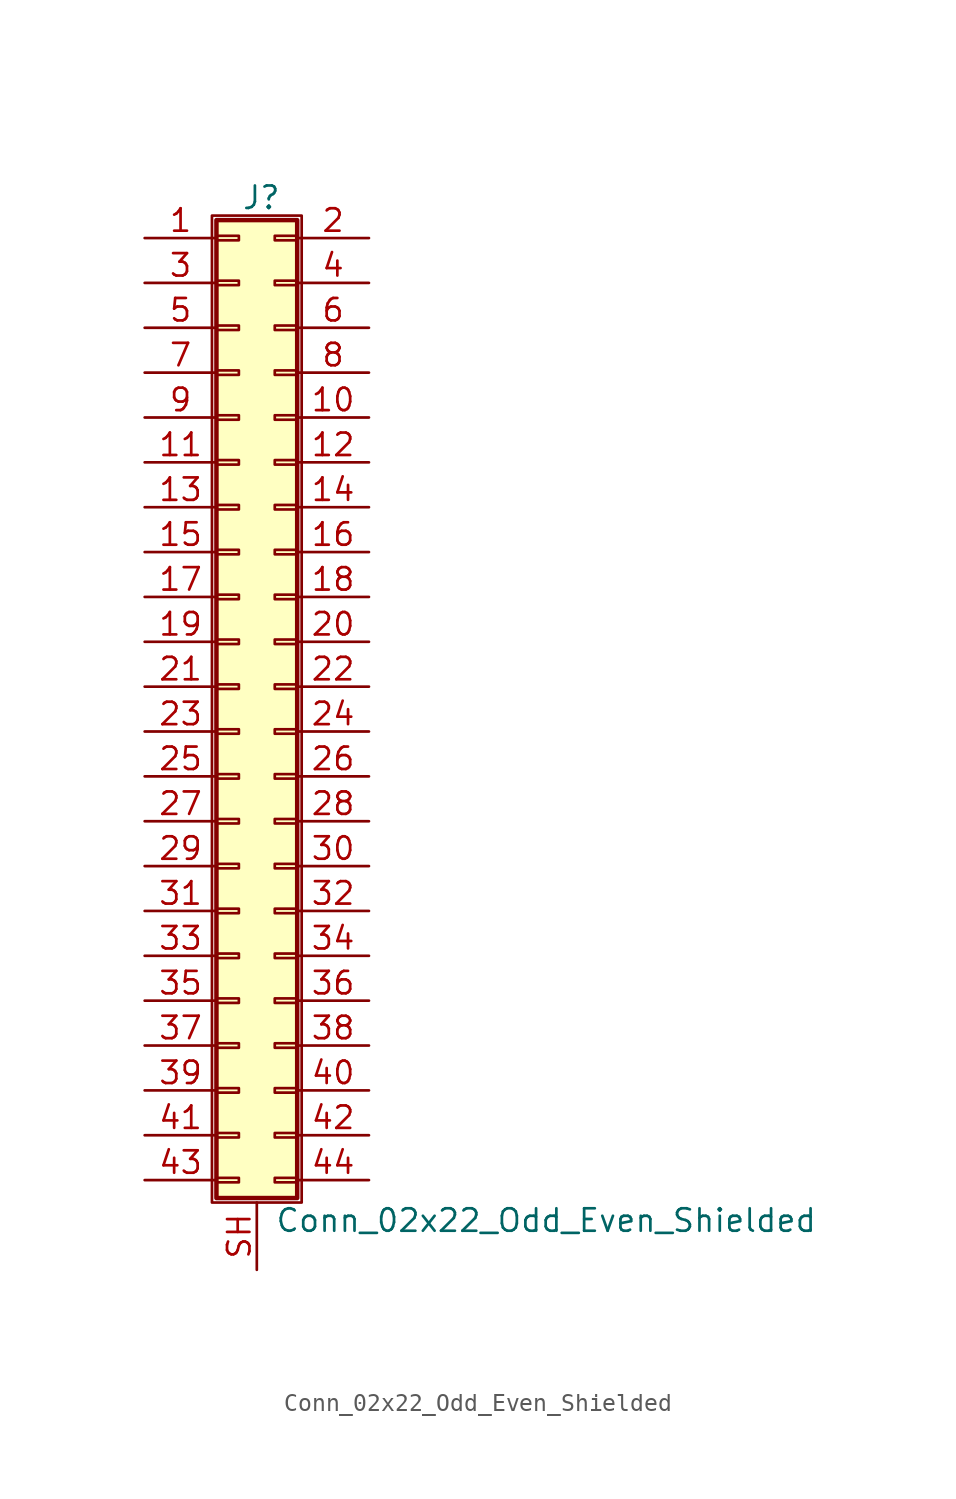
<source format=kicad_sym>
(kicad_symbol_lib
  (version 20211014)
  (generator kicad_symbol_editor)
  (symbol "Conn_02x22_Odd_Even_Shielded"
    (pin_names
      (offset 1.016) hide)
    (property "Reference" "J"
      (at 1.524 27.686 0)
      (effects (font (size 1.27 1.27))))
    (property "Value" "Conn_02x22_Odd_Even_Shielded"
      (at 2.286 -30.226 0)
      (effects (font (size 1.27 1.27)) (justify left)))
    (symbol "Conn_02x22_Odd_Even_Shielded_1_1"
      (rectangle (start -1.27 26.67) (end 3.81 -29.21) (stroke (width 0.152) (type default) (color 0 0 0 0)) (fill (type none)))
      (rectangle (start -1.016 -27.813) (end 0.254 -28.067) (stroke (width 0.152) (type default) (color 0 0 0 0)) (fill (type none)))
      (rectangle (start -1.016 -25.273) (end 0.254 -25.527) (stroke (width 0.152) (type default) (color 0 0 0 0)) (fill (type none)))
      (rectangle (start -1.016 -22.733) (end 0.254 -22.987) (stroke (width 0.152) (type default) (color 0 0 0 0)) (fill (type none)))
      (rectangle (start -1.016 -20.193) (end 0.254 -20.447) (stroke (width 0.152) (type default) (color 0 0 0 0)) (fill (type none)))
      (rectangle (start -1.016 -17.653) (end 0.254 -17.907) (stroke (width 0.152) (type default) (color 0 0 0 0)) (fill (type none)))
      (rectangle (start -1.016 -15.113) (end 0.254 -15.367) (stroke (width 0.152) (type default) (color 0 0 0 0)) (fill (type none)))
      (rectangle (start -1.016 -12.573) (end 0.254 -12.827) (stroke (width 0.152) (type default) (color 0 0 0 0)) (fill (type none)))
      (rectangle (start -1.016 -10.033) (end 0.254 -10.287) (stroke (width 0.152) (type default) (color 0 0 0 0)) (fill (type none)))
      (rectangle (start -1.016 -7.493) (end 0.254 -7.747) (stroke (width 0.152) (type default) (color 0 0 0 0)) (fill (type none)))
      (rectangle (start -1.016 -4.953) (end 0.254 -5.207) (stroke (width 0.152) (type default) (color 0 0 0 0)) (fill (type none)))
      (rectangle (start -1.016 -2.413) (end 0.254 -2.667) (stroke (width 0.152) (type default) (color 0 0 0 0)) (fill (type none)))
      (rectangle (start -1.016 0.127) (end 0.254 -0.127) (stroke (width 0.152) (type default) (color 0 0 0 0)) (fill (type none)))
      (rectangle (start -1.016 2.667) (end 0.254 2.413) (stroke (width 0.152) (type default) (color 0 0 0 0)) (fill (type none)))
      (rectangle (start -1.016 5.207) (end 0.254 4.953) (stroke (width 0.152) (type default) (color 0 0 0 0)) (fill (type none)))
      (rectangle (start -1.016 7.747) (end 0.254 7.493) (stroke (width 0.152) (type default) (color 0 0 0 0)) (fill (type none)))
      (rectangle (start -1.016 10.287) (end 0.254 10.033) (stroke (width 0.152) (type default) (color 0 0 0 0)) (fill (type none)))
      (rectangle (start -1.016 12.827) (end 0.254 12.573) (stroke (width 0.152) (type default) (color 0 0 0 0)) (fill (type none)))
      (rectangle (start -1.016 15.367) (end 0.254 15.113) (stroke (width 0.152) (type default) (color 0 0 0 0)) (fill (type none)))
      (rectangle (start -1.016 17.907) (end 0.254 17.653) (stroke (width 0.152) (type default) (color 0 0 0 0)) (fill (type none)))
      (rectangle (start -1.016 20.447) (end 0.254 20.193) (stroke (width 0.152) (type default) (color 0 0 0 0)) (fill (type none)))
      (rectangle (start -1.016 22.987) (end 0.254 22.733) (stroke (width 0.152) (type default) (color 0 0 0 0)) (fill (type none)))
      (rectangle (start -1.016 25.527) (end 0.254 25.273) (stroke (width 0.152) (type default) (color 0 0 0 0)) (fill (type none)))
      (rectangle (start -1.016 26.416) (end 3.556 -28.956) (stroke (width 0.254) (type default) (color 0 0 0 0)) (fill (type background)))
      (rectangle (start 3.556 -27.813) (end 2.286 -28.067) (stroke (width 0.152) (type default) (color 0 0 0 0)) (fill (type none)))
      (rectangle (start 3.556 -25.273) (end 2.286 -25.527) (stroke (width 0.152) (type default) (color 0 0 0 0)) (fill (type none)))
      (rectangle (start 3.556 -22.733) (end 2.286 -22.987) (stroke (width 0.152) (type default) (color 0 0 0 0)) (fill (type none)))
      (rectangle (start 3.556 -20.193) (end 2.286 -20.447) (stroke (width 0.152) (type default) (color 0 0 0 0)) (fill (type none)))
      (rectangle (start 3.556 -17.653) (end 2.286 -17.907) (stroke (width 0.152) (type default) (color 0 0 0 0)) (fill (type none)))
      (rectangle (start 3.556 -15.113) (end 2.286 -15.367) (stroke (width 0.152) (type default) (color 0 0 0 0)) (fill (type none)))
      (rectangle (start 3.556 -12.573) (end 2.286 -12.827) (stroke (width 0.152) (type default) (color 0 0 0 0)) (fill (type none)))
      (rectangle (start 3.556 -10.033) (end 2.286 -10.287) (stroke (width 0.152) (type default) (color 0 0 0 0)) (fill (type none)))
      (rectangle (start 3.556 -7.493) (end 2.286 -7.747) (stroke (width 0.152) (type default) (color 0 0 0 0)) (fill (type none)))
      (rectangle (start 3.556 -4.953) (end 2.286 -5.207) (stroke (width 0.152) (type default) (color 0 0 0 0)) (fill (type none)))
      (rectangle (start 3.556 -2.413) (end 2.286 -2.667) (stroke (width 0.152) (type default) (color 0 0 0 0)) (fill (type none)))
      (rectangle (start 3.556 0.127) (end 2.286 -0.127) (stroke (width 0.152) (type default) (color 0 0 0 0)) (fill (type none)))
      (rectangle (start 3.556 2.667) (end 2.286 2.413) (stroke (width 0.152) (type default) (color 0 0 0 0)) (fill (type none)))
      (rectangle (start 3.556 5.207) (end 2.286 4.953) (stroke (width 0.152) (type default) (color 0 0 0 0)) (fill (type none)))
      (rectangle (start 3.556 7.747) (end 2.286 7.493) (stroke (width 0.152) (type default) (color 0 0 0 0)) (fill (type none)))
      (rectangle (start 3.556 10.287) (end 2.286 10.033) (stroke (width 0.152) (type default) (color 0 0 0 0)) (fill (type none)))
      (rectangle (start 3.556 12.827) (end 2.286 12.573) (stroke (width 0.152) (type default) (color 0 0 0 0)) (fill (type none)))
      (rectangle (start 3.556 15.367) (end 2.286 15.113) (stroke (width 0.152) (type default) (color 0 0 0 0)) (fill (type none)))
      (rectangle (start 3.556 17.907) (end 2.286 17.653) (stroke (width 0.152) (type default) (color 0 0 0 0)) (fill (type none)))
      (rectangle (start 3.556 20.447) (end 2.286 20.193) (stroke (width 0.152) (type default) (color 0 0 0 0)) (fill (type none)))
      (rectangle (start 3.556 22.987) (end 2.286 22.733) (stroke (width 0.152) (type default) (color 0 0 0 0)) (fill (type none)))
      (rectangle (start 3.556 25.527) (end 2.286 25.273) (stroke (width 0.152) (type default) (color 0 0 0 0)) (fill (type none)))
      (pin passive line (at -5.08 25.4 0) (length 4.064) (name "Pin_1" (effects (font (size 1.27 1.27)))) (number "1" (effects (font (size 1.27 1.27)))))
      (pin passive line (at 7.62 15.24 180) (length 4.064) (name "Pin_10" (effects (font (size 1.27 1.27)))) (number "10" (effects (font (size 1.27 1.27)))))
      (pin passive line (at -5.08 12.7 0) (length 4.064) (name "Pin_11" (effects (font (size 1.27 1.27)))) (number "11" (effects (font (size 1.27 1.27)))))
      (pin passive line (at 7.62 12.7 180) (length 4.064) (name "Pin_12" (effects (font (size 1.27 1.27)))) (number "12" (effects (font (size 1.27 1.27)))))
      (pin passive line (at -5.08 10.16 0) (length 4.064) (name "Pin_13" (effects (font (size 1.27 1.27)))) (number "13" (effects (font (size 1.27 1.27)))))
      (pin passive line (at 7.62 10.16 180) (length 4.064) (name "Pin_14" (effects (font (size 1.27 1.27)))) (number "14" (effects (font (size 1.27 1.27)))))
      (pin passive line (at -5.08 7.62 0) (length 4.064) (name "Pin_15" (effects (font (size 1.27 1.27)))) (number "15" (effects (font (size 1.27 1.27)))))
      (pin passive line (at 7.62 7.62 180) (length 4.064) (name "Pin_16" (effects (font (size 1.27 1.27)))) (number "16" (effects (font (size 1.27 1.27)))))
      (pin passive line (at -5.08 5.08 0) (length 4.064) (name "Pin_17" (effects (font (size 1.27 1.27)))) (number "17" (effects (font (size 1.27 1.27)))))
      (pin passive line (at 7.62 5.08 180) (length 4.064) (name "Pin_18" (effects (font (size 1.27 1.27)))) (number "18" (effects (font (size 1.27 1.27)))))
      (pin passive line (at -5.08 2.54 0) (length 4.064) (name "Pin_19" (effects (font (size 1.27 1.27)))) (number "19" (effects (font (size 1.27 1.27)))))
      (pin passive line (at 7.62 25.4 180) (length 4.064) (name "Pin_2" (effects (font (size 1.27 1.27)))) (number "2" (effects (font (size 1.27 1.27)))))
      (pin passive line (at 7.62 2.54 180) (length 4.064) (name "Pin_20" (effects (font (size 1.27 1.27)))) (number "20" (effects (font (size 1.27 1.27)))))
      (pin passive line (at -5.08 0 0) (length 4.064) (name "Pin_21" (effects (font (size 1.27 1.27)))) (number "21" (effects (font (size 1.27 1.27)))))
      (pin passive line (at 7.62 0 180) (length 4.064) (name "Pin_22" (effects (font (size 1.27 1.27)))) (number "22" (effects (font (size 1.27 1.27)))))
      (pin passive line (at -5.08 -2.54 0) (length 4.064) (name "Pin_23" (effects (font (size 1.27 1.27)))) (number "23" (effects (font (size 1.27 1.27)))))
      (pin passive line (at 7.62 -2.54 180) (length 4.064) (name "Pin_24" (effects (font (size 1.27 1.27)))) (number "24" (effects (font (size 1.27 1.27)))))
      (pin passive line (at -5.08 -5.08 0) (length 4.064) (name "Pin_25" (effects (font (size 1.27 1.27)))) (number "25" (effects (font (size 1.27 1.27)))))
      (pin passive line (at 7.62 -5.08 180) (length 4.064) (name "Pin_26" (effects (font (size 1.27 1.27)))) (number "26" (effects (font (size 1.27 1.27)))))
      (pin passive line (at -5.08 -7.62 0) (length 4.064) (name "Pin_27" (effects (font (size 1.27 1.27)))) (number "27" (effects (font (size 1.27 1.27)))))
      (pin passive line (at 7.62 -7.62 180) (length 4.064) (name "Pin_28" (effects (font (size 1.27 1.27)))) (number "28" (effects (font (size 1.27 1.27)))))
      (pin passive line (at -5.08 -10.16 0) (length 4.064) (name "Pin_29" (effects (font (size 1.27 1.27)))) (number "29" (effects (font (size 1.27 1.27)))))
      (pin passive line (at -5.08 22.86 0) (length 4.064) (name "Pin_3" (effects (font (size 1.27 1.27)))) (number "3" (effects (font (size 1.27 1.27)))))
      (pin passive line (at 7.62 -10.16 180) (length 4.064) (name "Pin_30" (effects (font (size 1.27 1.27)))) (number "30" (effects (font (size 1.27 1.27)))))
      (pin passive line (at -5.08 -12.7 0) (length 4.064) (name "Pin_31" (effects (font (size 1.27 1.27)))) (number "31" (effects (font (size 1.27 1.27)))))
      (pin passive line (at 7.62 -12.7 180) (length 4.064) (name "Pin_32" (effects (font (size 1.27 1.27)))) (number "32" (effects (font (size 1.27 1.27)))))
      (pin passive line (at -5.08 -15.24 0) (length 4.064) (name "Pin_33" (effects (font (size 1.27 1.27)))) (number "33" (effects (font (size 1.27 1.27)))))
      (pin passive line (at 7.62 -15.24 180) (length 4.064) (name "Pin_34" (effects (font (size 1.27 1.27)))) (number "34" (effects (font (size 1.27 1.27)))))
      (pin passive line (at -5.08 -17.78 0) (length 4.064) (name "Pin_35" (effects (font (size 1.27 1.27)))) (number "35" (effects (font (size 1.27 1.27)))))
      (pin passive line (at 7.62 -17.78 180) (length 4.064) (name "Pin_36" (effects (font (size 1.27 1.27)))) (number "36" (effects (font (size 1.27 1.27)))))
      (pin passive line (at -5.08 -20.32 0) (length 4.064) (name "Pin_37" (effects (font (size 1.27 1.27)))) (number "37" (effects (font (size 1.27 1.27)))))
      (pin passive line (at 7.62 -20.32 180) (length 4.064) (name "Pin_38" (effects (font (size 1.27 1.27)))) (number "38" (effects (font (size 1.27 1.27)))))
      (pin passive line (at -5.08 -22.86 0) (length 4.064) (name "Pin_39" (effects (font (size 1.27 1.27)))) (number "39" (effects (font (size 1.27 1.27)))))
      (pin passive line (at 7.62 22.86 180) (length 4.064) (name "Pin_4" (effects (font (size 1.27 1.27)))) (number "4" (effects (font (size 1.27 1.27)))))
      (pin passive line (at 7.62 -22.86 180) (length 4.064) (name "Pin_40" (effects (font (size 1.27 1.27)))) (number "40" (effects (font (size 1.27 1.27)))))
      (pin passive line (at -5.08 -25.4 0) (length 4.064) (name "Pin_41" (effects (font (size 1.27 1.27)))) (number "41" (effects (font (size 1.27 1.27)))))
      (pin passive line (at 7.62 -25.4 180) (length 4.064) (name "Pin_42" (effects (font (size 1.27 1.27)))) (number "42" (effects (font (size 1.27 1.27)))))
      (pin passive line (at -5.08 -27.94 0) (length 4.064) (name "Pin_43" (effects (font (size 1.27 1.27)))) (number "43" (effects (font (size 1.27 1.27)))))
      (pin passive line (at 7.62 -27.94 180) (length 4.064) (name "Pin_44" (effects (font (size 1.27 1.27)))) (number "44" (effects (font (size 1.27 1.27)))))
      (pin passive line (at -5.08 20.32 0) (length 4.064) (name "Pin_5" (effects (font (size 1.27 1.27)))) (number "5" (effects (font (size 1.27 1.27)))))
      (pin passive line (at 7.62 20.32 180) (length 4.064) (name "Pin_6" (effects (font (size 1.27 1.27)))) (number "6" (effects (font (size 1.27 1.27)))))
      (pin passive line (at -5.08 17.78 0) (length 4.064) (name "Pin_7" (effects (font (size 1.27 1.27)))) (number "7" (effects (font (size 1.27 1.27)))))
      (pin passive line (at 7.62 17.78 180) (length 4.064) (name "Pin_8" (effects (font (size 1.27 1.27)))) (number "8" (effects (font (size 1.27 1.27)))))
      (pin passive line (at -5.08 15.24 0) (length 4.064) (name "Pin_9" (effects (font (size 1.27 1.27)))) (number "9" (effects (font (size 1.27 1.27)))))
      (pin passive line (at 1.27 -33.02 90) (length 3.81) (name "Shield" (effects (font (size 1.27 1.27)))) (number "SH" (effects (font (size 1.27 1.27))))))))
</source>
